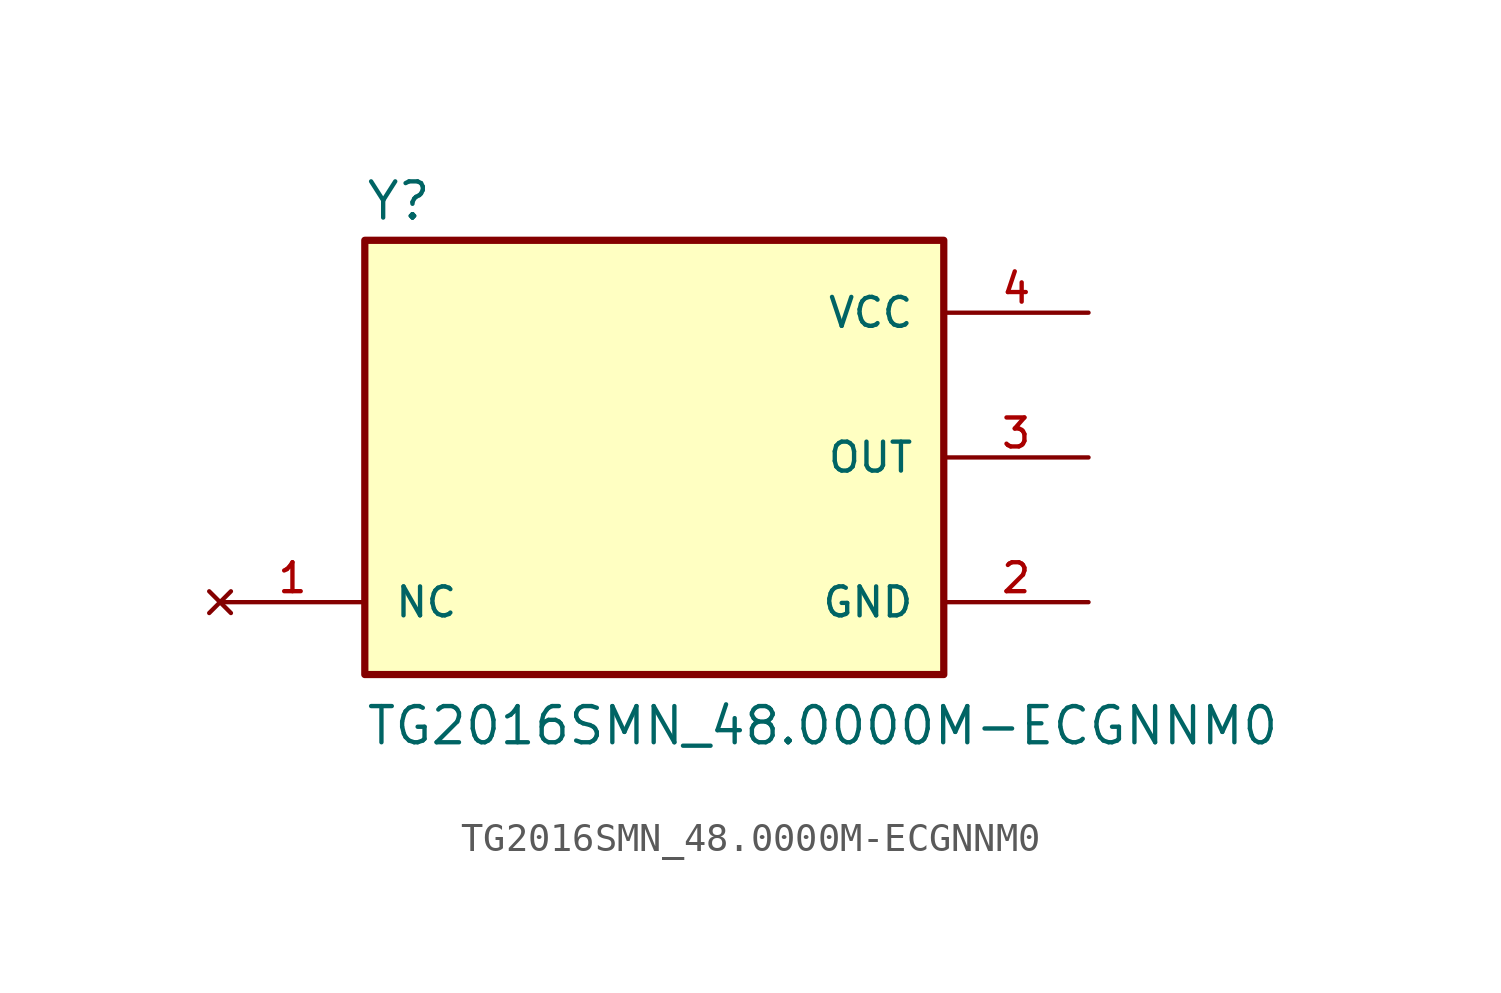
<source format=kicad_sym>
(kicad_symbol_lib
  (version 20211014)
  (generator kicad_symbol_editor)
  (symbol "TG2016SMN_48.0000M-ECGNNM0"
    (pin_names
      (offset 1.016))
    (property "Reference" "Y"
      (at -10.16 8.255 0)
      (effects (font (size 1.27 1.27)) (justify bottom left)))
    (property "Value" "TG2016SMN_48.0000M-ECGNNM0"
      (at -10.16 -10.16 0)
      (effects (font (size 1.27 1.27)) (justify bottom left)))
    (symbol "TG2016SMN_48.0000M-ECGNNM0_0_0"
      (rectangle (start -10.16 -7.62) (end 10.16 7.62) (stroke (width 0.254)) (fill (type background)))
      (pin no_connect line (at -15.24 -5.08 0) (length 5.08) (name "NC" (effects (font (size 1.016 1.016)))) (number "1" (effects (font (size 1.016 1.016)))))
      (pin power_in line (at 15.24 5.08 180.0) (length 5.08) (name "VCC" (effects (font (size 1.016 1.016)))) (number "4" (effects (font (size 1.016 1.016)))))
      (pin power_in line (at 15.24 -5.08 180.0) (length 5.08) (name "GND" (effects (font (size 1.016 1.016)))) (number "2" (effects (font (size 1.016 1.016)))))
      (pin output line (at 15.24 0.0 180.0) (length 5.08) (name "OUT" (effects (font (size 1.016 1.016)))) (number "3" (effects (font (size 1.016 1.016))))))))
</source>
